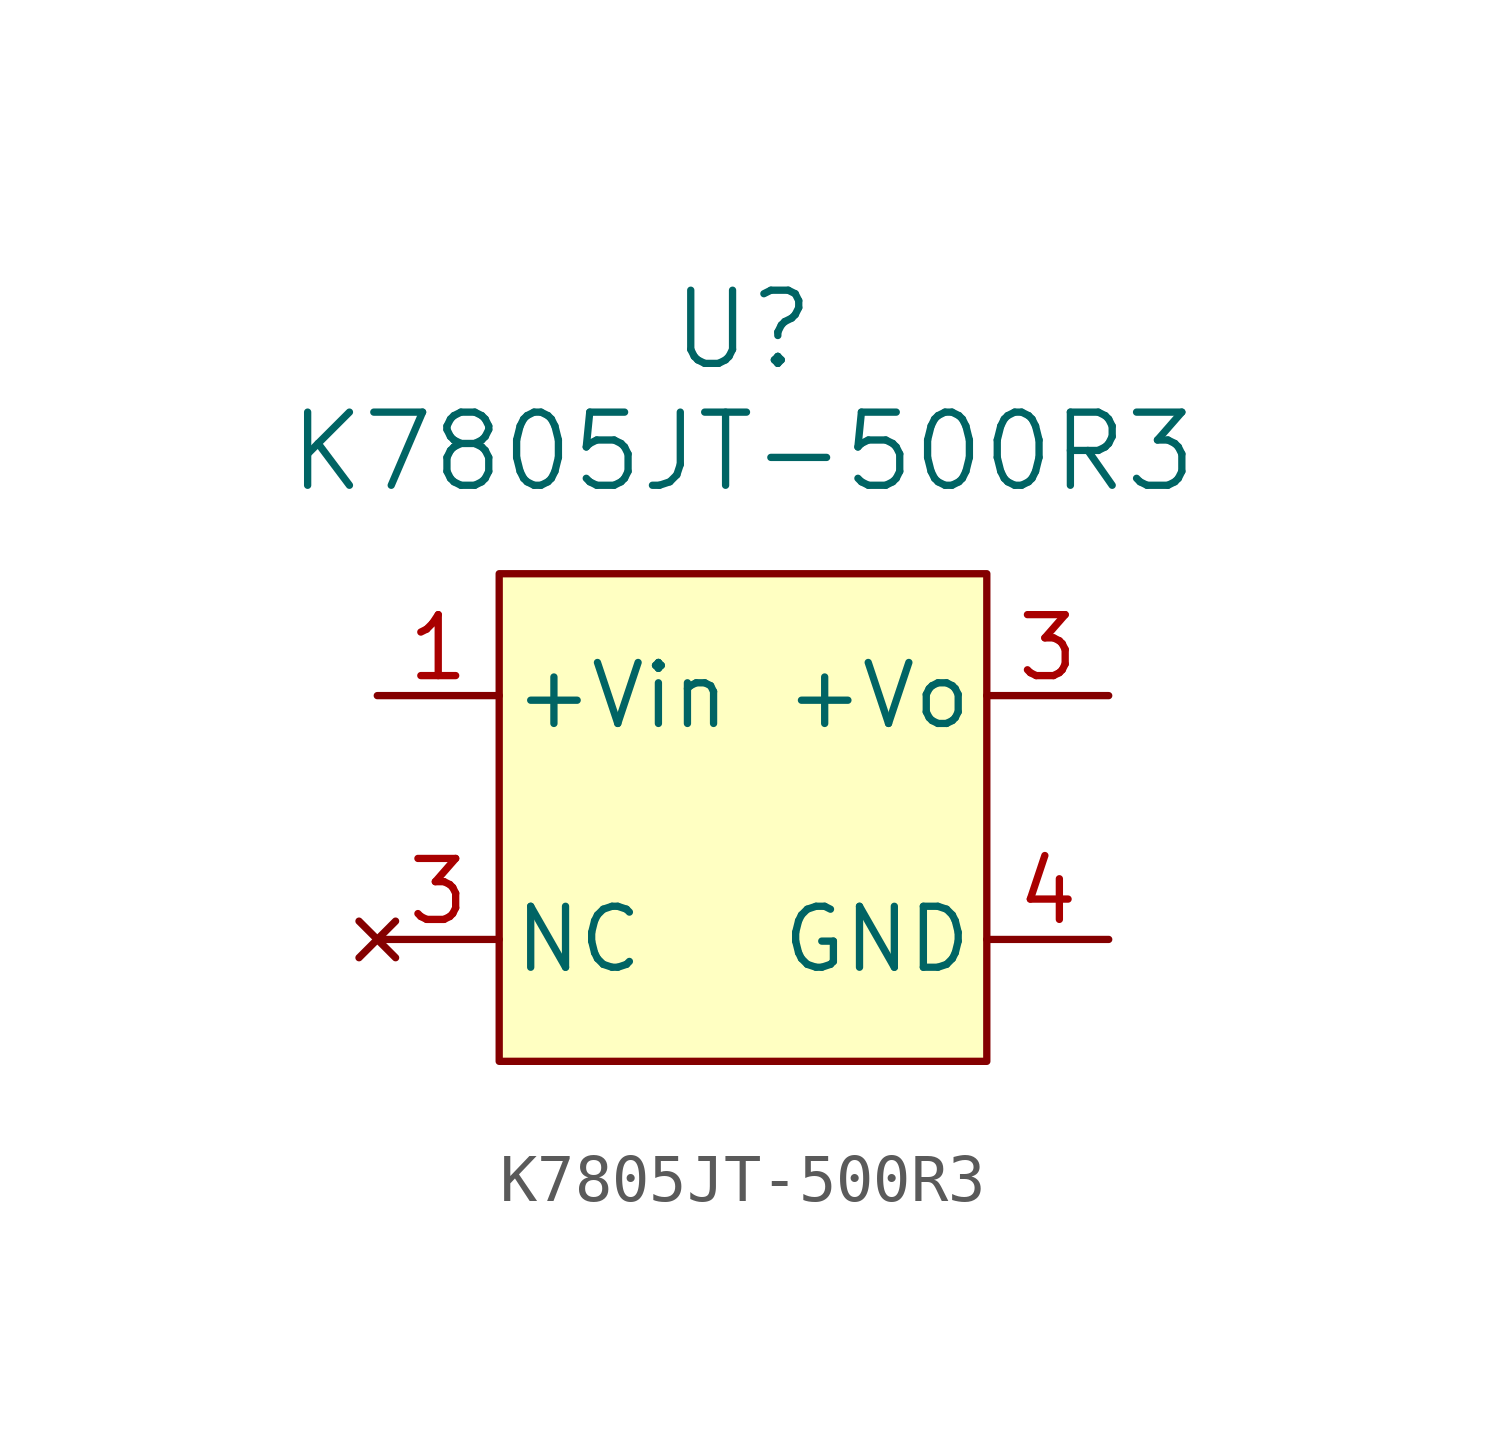
<source format=kicad_sym>
(kicad_symbol_lib
  (version 20220914)
  (generator kicad_symbol_editor)
  (symbol "K7805JT-500R3"
    (pin_names
      (offset 0.254))
    (property "Reference" "U"
      (at 5.08 5.08 0)
      (effects (font (size 1.524 1.524))))
    (property "Value" "K7805JT-500R3"
      (at 5.08 2.54 0)
      (effects (font (size 1.524 1.524))))
    (symbol "K7805JT-500R3_1_1"
      (rectangle (start 0 0) (end 10.16 -10.16) (stroke (width 0) (type default)) (fill (type background)))
      (pin power_in line (at -2.54 -2.54 0) (length 2.54) (name "+Vin" (effects (font (size 1.27 1.27)))) (number "1" (effects (font (size 1.27 1.27)))))
      (pin power_out line (at 12.7 -2.54 180) (length 2.54) (name "+Vo" (effects (font (size 1.27 1.27)))) (number "3" (effects (font (size 1.27 1.27)))))
      (pin no_connect line (at -2.54 -7.62 0) (length 2.54) (name "NC" (effects (font (size 1.27 1.27)))) (number "3" (effects (font (size 1.27 1.27)))))
      (pin input line (at 12.7 -7.62 180) (length 2.54) (name "GND" (effects (font (size 1.27 1.27)))) (number "4" (effects (font (size 1.27 1.27))))))))
</source>
